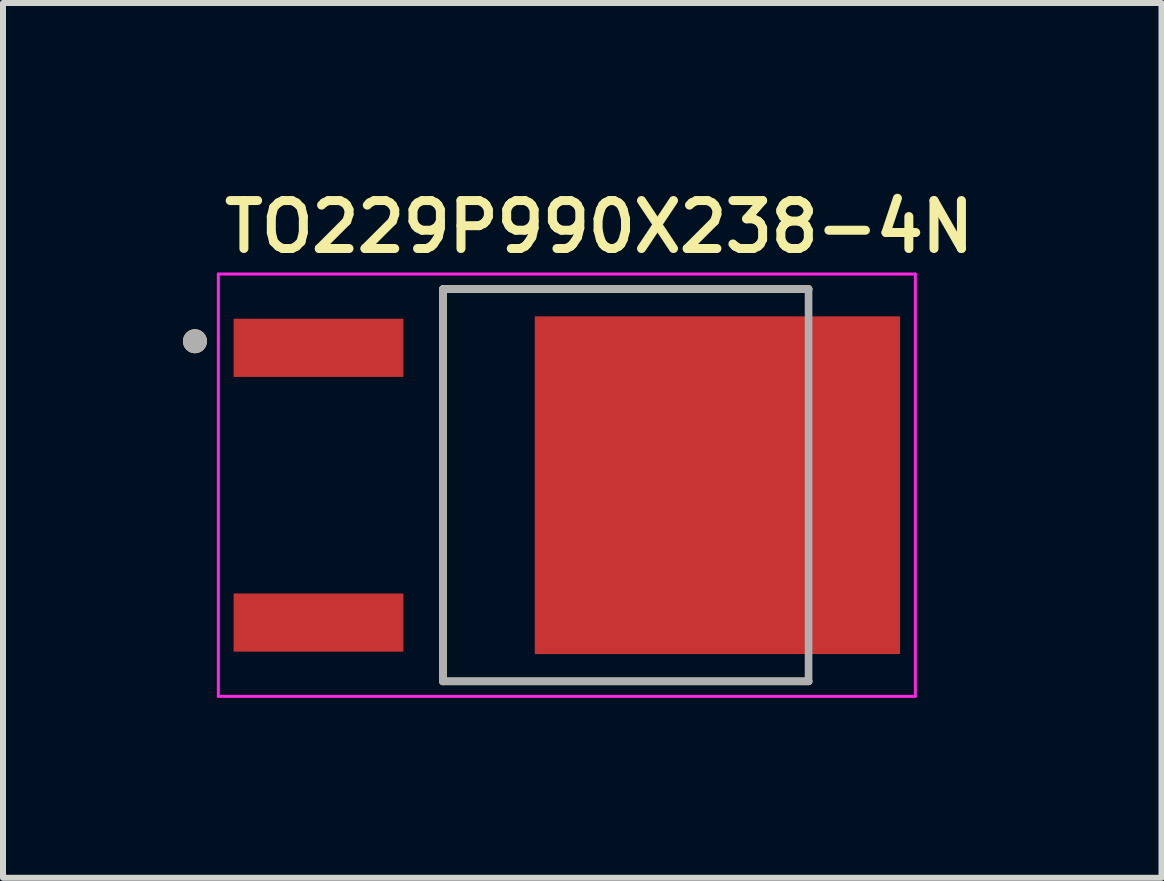
<source format=kicad_pcb>
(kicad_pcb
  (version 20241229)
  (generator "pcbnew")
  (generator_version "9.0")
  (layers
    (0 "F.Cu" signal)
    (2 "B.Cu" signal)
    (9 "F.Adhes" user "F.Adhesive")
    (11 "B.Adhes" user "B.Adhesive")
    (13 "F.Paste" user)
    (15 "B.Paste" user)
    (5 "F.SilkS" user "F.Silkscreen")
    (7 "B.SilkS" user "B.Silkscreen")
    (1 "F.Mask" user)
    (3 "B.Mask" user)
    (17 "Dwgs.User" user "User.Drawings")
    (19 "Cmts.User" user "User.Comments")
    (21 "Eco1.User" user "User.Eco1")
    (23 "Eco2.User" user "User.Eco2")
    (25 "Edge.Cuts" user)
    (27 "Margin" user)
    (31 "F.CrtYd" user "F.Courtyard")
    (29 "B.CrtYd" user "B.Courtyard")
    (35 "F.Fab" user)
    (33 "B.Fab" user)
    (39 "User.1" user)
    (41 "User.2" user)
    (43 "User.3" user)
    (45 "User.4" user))
  (footprint "TO229P990X238-4N"
    (layer "F.Cu")
    (at 6.4 5.039)
    (property "Reference" "TO229P990X238-4N" (at 0.54 -4.308 0) (layer "F.SilkS") (effects (font (size 0.8 0.8) (thickness 0.15))))
    (attr through_hole)
    (fp_line (start -2.065 -3.27) (end -2.065 3.27) (stroke (width 0.127) (type solid)) (layer "F.SilkS"))
    (fp_line (start -2.065 3.27) (end 4.03 3.27) (stroke (width 0.127) (type solid)) (layer "F.SilkS"))
    (fp_line (start 4.03 -3.27) (end -2.065 -3.27) (stroke (width 0.127) (type solid)) (layer "F.SilkS"))
    (fp_circle (center -6.2 -2.4) (end -6.1 -2.4) (stroke (width 0.2) (type solid)) (fill no) (layer "F.SilkS"))
    (fp_poly (pts (xy -0.175 -2.28) (xy 1.135 -2.28) (xy 1.135 -0.54) (xy -0.175 -0.54)) (stroke (width 0.01) (type solid)) (fill yes) (layer "F.Paste"))
    (fp_poly (pts (xy -0.175 0.54) (xy 1.135 0.54) (xy 1.135 2.28) (xy -0.175 2.28)) (stroke (width 0.01) (type solid)) (fill yes) (layer "F.Paste"))
    (fp_poly (pts (xy 1.855 -2.28) (xy 3.165 -2.28) (xy 3.165 -0.54) (xy 1.855 -0.54)) (stroke (width 0.01) (type solid)) (fill yes) (layer "F.Paste"))
    (fp_poly (pts (xy 1.855 0.54) (xy 3.165 0.54) (xy 3.165 2.28) (xy 1.855 2.28)) (stroke (width 0.01) (type solid)) (fill yes) (layer "F.Paste"))
    (fp_poly (pts (xy 3.885 -2.28) (xy 5.195 -2.28) (xy 5.195 -0.54) (xy 3.885 -0.54)) (stroke (width 0.01) (type solid)) (fill yes) (layer "F.Paste"))
    (fp_poly (pts (xy 3.885 0.54) (xy 5.195 0.54) (xy 5.195 2.28) (xy 3.885 2.28)) (stroke (width 0.01) (type solid)) (fill yes) (layer "F.Paste"))
    (fp_line (start -5.81 -3.52) (end -5.81 3.52) (stroke (width 0.05) (type solid)) (layer "F.CrtYd"))
    (fp_line (start -5.81 3.52) (end 5.81 3.52) (stroke (width 0.05) (type solid)) (layer "F.CrtYd"))
    (fp_line (start 5.81 -3.52) (end -5.81 -3.52) (stroke (width 0.05) (type solid)) (layer "F.CrtYd"))
    (fp_line (start 5.81 3.52) (end 5.81 -3.52) (stroke (width 0.05) (type solid)) (layer "F.CrtYd"))
    (fp_line (start -2.065 -3.27) (end -2.065 3.27) (stroke (width 0.127) (type solid)) (layer "F.Fab"))
    (fp_line (start -2.065 3.27) (end 4.03 3.27) (stroke (width 0.127) (type solid)) (layer "F.Fab"))
    (fp_line (start 4.03 -3.27) (end -2.065 -3.27) (stroke (width 0.127) (type solid)) (layer "F.Fab"))
    (fp_line (start 4.03 3.27) (end 4.03 -3.27) (stroke (width 0.127) (type solid)) (layer "F.Fab"))
    (fp_circle (center -6.2 -2.4) (end -6.1 -2.4) (stroke (width 0.2) (type solid)) (fill no) (layer "F.Fab"))
    (pad "1" smd rect (at -4.14 -2.29) (size 2.83 0.97) (layers "F.Cu" "F.Mask" "F.Paste"))
    (pad "3" smd rect (at -4.14 2.29) (size 2.83 0.97) (layers "F.Cu" "F.Mask" "F.Paste"))
    (pad "4" smd rect (at 2.51 0) (size 6.09 5.63) (layers "F.Cu" "F.Mask")))
  (gr_rect
    (start -3 -3)
    (end 16.314 11.584)
    (stroke (width 0.1) (type default))
    (fill no)
    (layer "Edge.Cuts")))
</source>
